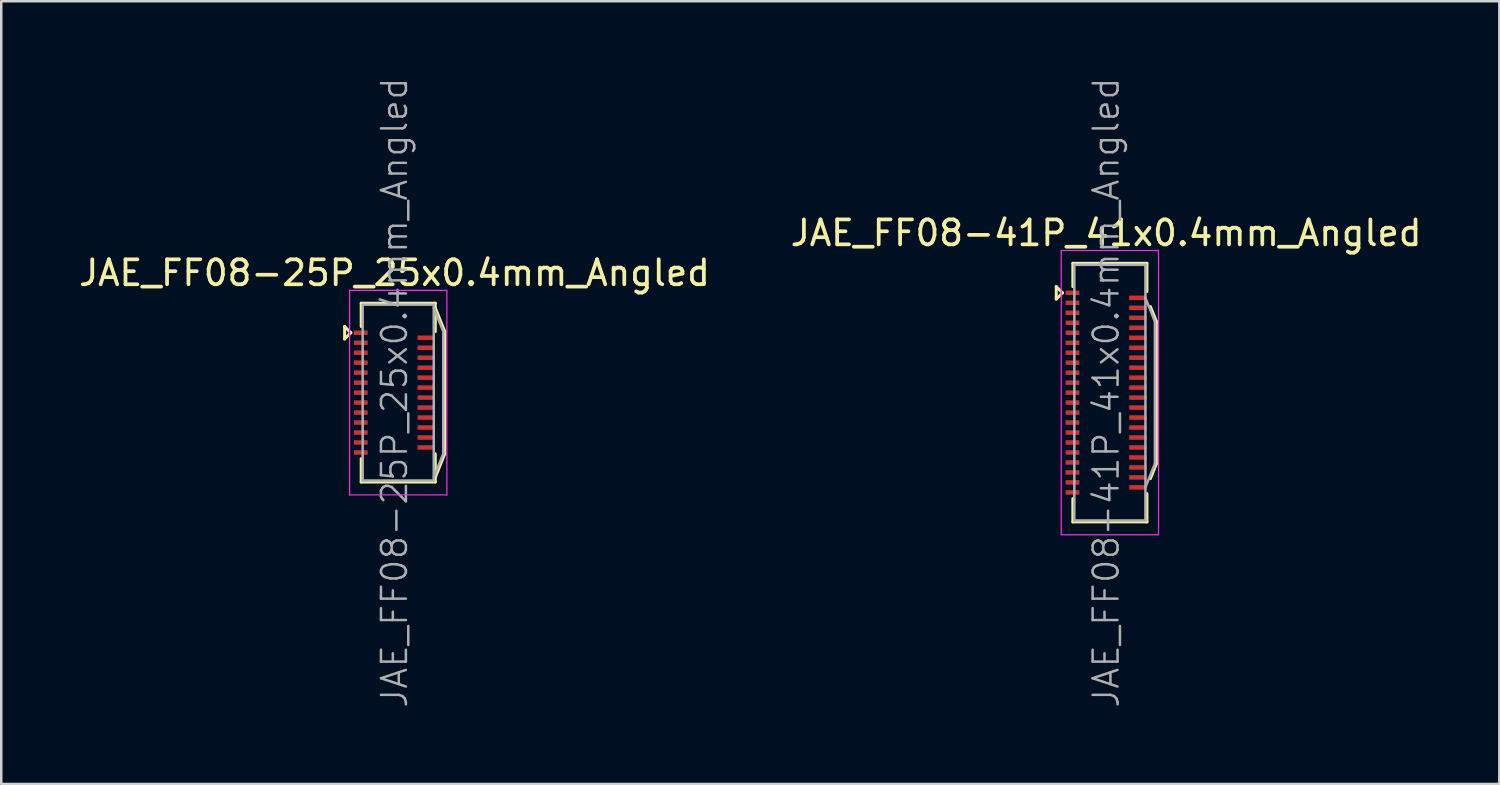
<source format=kicad_pcb>
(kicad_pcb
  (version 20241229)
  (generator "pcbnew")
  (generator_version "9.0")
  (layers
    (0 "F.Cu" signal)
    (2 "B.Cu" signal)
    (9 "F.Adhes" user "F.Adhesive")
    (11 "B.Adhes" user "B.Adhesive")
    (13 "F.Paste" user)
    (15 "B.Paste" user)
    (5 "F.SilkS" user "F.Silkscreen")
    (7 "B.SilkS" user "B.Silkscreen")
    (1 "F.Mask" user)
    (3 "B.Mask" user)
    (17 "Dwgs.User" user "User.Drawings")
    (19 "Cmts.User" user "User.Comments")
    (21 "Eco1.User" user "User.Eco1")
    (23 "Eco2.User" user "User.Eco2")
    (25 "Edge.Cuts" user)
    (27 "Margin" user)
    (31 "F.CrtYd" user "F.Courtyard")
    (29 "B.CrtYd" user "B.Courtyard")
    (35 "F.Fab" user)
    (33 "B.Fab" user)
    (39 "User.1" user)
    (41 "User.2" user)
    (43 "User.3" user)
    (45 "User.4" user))
  (footprint "JAE_FF08-41P_41x0.4mm_Angled"
    (layer "F.Cu")
    (at 41.304 12.693)
    (property "Reference" "JAE_FF08-41P_41x0.4mm_Angled" (at 0 -6.4 0) (layer "F.SilkS") (effects (font (size 1 1) (thickness 0.15))))
    (attr smd)
    (fp_line (start -2 -4.25) (end -1.75 -4) (stroke (width 0.12) (type solid)) (layer "F.SilkS"))
    (fp_line (start -2 -3.75) (end -2 -4.25) (stroke (width 0.12) (type solid)) (layer "F.SilkS"))
    (fp_line (start -1.75 -4) (end -2 -3.75) (stroke (width 0.12) (type solid)) (layer "F.SilkS"))
    (fp_line (start -1.335 -5.185) (end -1.335 -4.25) (stroke (width 0.12) (type solid)) (layer "F.SilkS"))
    (fp_line (start -1.335 -5.185) (end 1.635 -5.185) (stroke (width 0.12) (type solid)) (layer "F.SilkS"))
    (fp_line (start -1.335 5.185) (end -1.335 4.25) (stroke (width 0.12) (type solid)) (layer "F.SilkS"))
    (fp_line (start 1.635 -5.185) (end 1.635 -4.05) (stroke (width 0.12) (type solid)) (layer "F.SilkS"))
    (fp_line (start 1.635 4.05) (end 1.635 5.185) (stroke (width 0.12) (type solid)) (layer "F.SilkS"))
    (fp_line (start 1.635 5.185) (end -1.335 5.185) (stroke (width 0.12) (type solid)) (layer "F.SilkS"))
    (fp_line (start 1.775 -3.45) (end 2.015 -2.85) (stroke (width 0.12) (type solid)) (layer "F.SilkS"))
    (fp_line (start 1.775 3.45) (end 2.015 2.85) (stroke (width 0.12) (type solid)) (layer "F.SilkS"))
    (fp_line (start 2.015 -2.85) (end 2.015 2.85) (stroke (width 0.12) (type solid)) (layer "F.SilkS"))
    (fp_line (start -1.8 -5.7) (end 2.1 -5.7) (stroke (width 0.05) (type solid)) (layer "F.CrtYd"))
    (fp_line (start -1.8 5.7) (end -1.8 -5.7) (stroke (width 0.05) (type solid)) (layer "F.CrtYd"))
    (fp_line (start 2.1 -5.7) (end 2.1 5.7) (stroke (width 0.05) (type solid)) (layer "F.CrtYd"))
    (fp_line (start 2.1 5.7) (end -1.8 5.7) (stroke (width 0.05) (type solid)) (layer "F.CrtYd"))
    (fp_line (start -1.275 -5.125) (end 1.575 -5.125) (stroke (width 0.1) (type solid)) (layer "F.Fab"))
    (fp_line (start -1.275 5.125) (end -1.275 -5.125) (stroke (width 0.1) (type solid)) (layer "F.Fab"))
    (fp_line (start -1.275 5.125) (end 1.575 5.125) (stroke (width 0.1) (type solid)) (layer "F.Fab"))
    (fp_line (start 1.575 5.125) (end 1.575 -5.125) (stroke (width 0.1) (type solid)) (layer "F.Fab"))
    (fp_line (start 1.955 -2.85) (end 1.575 -3.8) (stroke (width 0.1) (type solid)) (layer "F.Fab"))
    (fp_line (start 1.955 2.85) (end 1.575 3.8) (stroke (width 0.1) (type solid)) (layer "F.Fab"))
    (fp_line (start 1.955 2.85) (end 1.955 -2.85) (stroke (width 0.1) (type solid)) (layer "F.Fab"))
    (fp_text user "${REFERENCE}" (at 0 0 90) (layer "F.Fab") (effects (font (size 1 1) (thickness 0.1))))
    (pad "1" smd rect (at -1.35 -4 90) (size 0.18 0.55) (layers "F.Cu" "F.Mask" "F.Paste"))
    (pad "2" smd rect (at 1.275 -3.8 90) (size 0.18 0.7) (layers "F.Cu" "F.Mask" "F.Paste"))
    (pad "3" smd rect (at -1.35 -3.6 90) (size 0.18 0.55) (layers "F.Cu" "F.Mask" "F.Paste"))
    (pad "4" smd rect (at 1.275 -3.4 90) (size 0.18 0.7) (layers "F.Cu" "F.Mask" "F.Paste"))
    (pad "5" smd rect (at -1.35 -3.2 90) (size 0.18 0.55) (layers "F.Cu" "F.Mask" "F.Paste"))
    (pad "6" smd rect (at 1.275 -3 90) (size 0.18 0.7) (layers "F.Cu" "F.Mask" "F.Paste"))
    (pad "7" smd rect (at -1.35 -2.8 90) (size 0.18 0.55) (layers "F.Cu" "F.Mask" "F.Paste"))
    (pad "8" smd rect (at 1.275 -2.6 90) (size 0.18 0.7) (layers "F.Cu" "F.Mask" "F.Paste"))
    (pad "9" smd rect (at -1.35 -2.4 90) (size 0.18 0.55) (layers "F.Cu" "F.Mask" "F.Paste"))
    (pad "10" smd rect (at 1.275 -2.2 90) (size 0.18 0.7) (layers "F.Cu" "F.Mask" "F.Paste"))
    (pad "11" smd rect (at -1.35 -2 90) (size 0.18 0.55) (layers "F.Cu" "F.Mask" "F.Paste"))
    (pad "12" smd rect (at 1.275 -1.8 90) (size 0.18 0.7) (layers "F.Cu" "F.Mask" "F.Paste"))
    (pad "13" smd rect (at -1.35 -1.6 90) (size 0.18 0.55) (layers "F.Cu" "F.Mask" "F.Paste"))
    (pad "14" smd rect (at 1.275 -1.4 90) (size 0.18 0.7) (layers "F.Cu" "F.Mask" "F.Paste"))
    (pad "15" smd rect (at -1.35 -1.2 90) (size 0.18 0.55) (layers "F.Cu" "F.Mask" "F.Paste"))
    (pad "16" smd rect (at 1.275 -1 90) (size 0.18 0.7) (layers "F.Cu" "F.Mask" "F.Paste"))
    (pad "17" smd rect (at -1.35 -0.8 90) (size 0.18 0.55) (layers "F.Cu" "F.Mask" "F.Paste"))
    (pad "18" smd rect (at 1.275 -0.6 90) (size 0.18 0.7) (layers "F.Cu" "F.Mask" "F.Paste"))
    (pad "19" smd rect (at -1.35 -0.4 90) (size 0.18 0.55) (layers "F.Cu" "F.Mask" "F.Paste"))
    (pad "20" smd rect (at 1.275 -0.2 90) (size 0.18 0.7) (layers "F.Cu" "F.Mask" "F.Paste"))
    (pad "21" smd rect (at -1.35 0 90) (size 0.18 0.55) (layers "F.Cu" "F.Mask" "F.Paste"))
    (pad "22" smd rect (at 1.275 0.2 90) (size 0.18 0.7) (layers "F.Cu" "F.Mask" "F.Paste"))
    (pad "23" smd rect (at -1.35 0.4 90) (size 0.18 0.55) (layers "F.Cu" "F.Mask" "F.Paste"))
    (pad "24" smd rect (at 1.275 0.6 90) (size 0.18 0.7) (layers "F.Cu" "F.Mask" "F.Paste"))
    (pad "25" smd rect (at -1.35 0.8 90) (size 0.18 0.55) (layers "F.Cu" "F.Mask" "F.Paste"))
    (pad "26" smd rect (at 1.275 1 90) (size 0.18 0.7) (layers "F.Cu" "F.Mask" "F.Paste"))
    (pad "27" smd rect (at -1.35 1.2 90) (size 0.18 0.55) (layers "F.Cu" "F.Mask" "F.Paste"))
    (pad "28" smd rect (at 1.275 1.4 90) (size 0.18 0.7) (layers "F.Cu" "F.Mask" "F.Paste"))
    (pad "29" smd rect (at -1.35 1.6 90) (size 0.18 0.55) (layers "F.Cu" "F.Mask" "F.Paste"))
    (pad "30" smd rect (at 1.275 1.8 90) (size 0.18 0.7) (layers "F.Cu" "F.Mask" "F.Paste"))
    (pad "31" smd rect (at -1.35 2 90) (size 0.18 0.55) (layers "F.Cu" "F.Mask" "F.Paste"))
    (pad "32" smd rect (at 1.275 2.2 90) (size 0.18 0.7) (layers "F.Cu" "F.Mask" "F.Paste"))
    (pad "33" smd rect (at -1.35 2.4 90) (size 0.18 0.55) (layers "F.Cu" "F.Mask" "F.Paste"))
    (pad "34" smd rect (at 1.275 2.6 90) (size 0.18 0.7) (layers "F.Cu" "F.Mask" "F.Paste"))
    (pad "35" smd rect (at -1.35 2.8 90) (size 0.18 0.55) (layers "F.Cu" "F.Mask" "F.Paste"))
    (pad "36" smd rect (at 1.275 3 90) (size 0.18 0.7) (layers "F.Cu" "F.Mask" "F.Paste"))
    (pad "37" smd rect (at -1.35 3.2 90) (size 0.18 0.55) (layers "F.Cu" "F.Mask" "F.Paste"))
    (pad "38" smd rect (at 1.275 3.4 90) (size 0.18 0.7) (layers "F.Cu" "F.Mask" "F.Paste"))
    (pad "39" smd rect (at -1.35 3.6 90) (size 0.18 0.55) (layers "F.Cu" "F.Mask" "F.Paste"))
    (pad "40" smd rect (at 1.275 3.8 90) (size 0.18 0.7) (layers "F.Cu" "F.Mask" "F.Paste"))
    (pad "41" smd rect (at -1.35 4 90) (size 0.18 0.55) (layers "F.Cu" "F.Mask" "F.Paste")))
  (footprint "JAE_FF08-25P_25x0.4mm_Angled"
    (layer "F.Cu")
    (at 12.768 12.693)
    (property "Reference" "JAE_FF08-25P_25x0.4mm_Angled" (at 0 -4.8 0) (layer "F.SilkS") (effects (font (size 1 1) (thickness 0.15))))
    (attr smd)
    (fp_line (start -2 -2.65) (end -1.75 -2.4) (stroke (width 0.12) (type solid)) (layer "F.SilkS"))
    (fp_line (start -2 -2.15) (end -2 -2.65) (stroke (width 0.12) (type solid)) (layer "F.SilkS"))
    (fp_line (start -1.75 -2.4) (end -2 -2.15) (stroke (width 0.12) (type solid)) (layer "F.SilkS"))
    (fp_line (start -1.335 -3.585) (end -1.335 -2.65) (stroke (width 0.12) (type solid)) (layer "F.SilkS"))
    (fp_line (start -1.335 -3.585) (end 1.635 -3.585) (stroke (width 0.12) (type solid)) (layer "F.SilkS"))
    (fp_line (start -1.335 3.585) (end -1.335 2.65) (stroke (width 0.12) (type solid)) (layer "F.SilkS"))
    (fp_line (start 1.635 -3.585) (end 1.635 -2.45) (stroke (width 0.12) (type solid)) (layer "F.SilkS"))
    (fp_line (start 1.635 -3.4) (end 2.015 -2.45) (stroke (width 0.12) (type solid)) (layer "F.SilkS"))
    (fp_line (start 1.635 2.45) (end 1.635 3.585) (stroke (width 0.12) (type solid)) (layer "F.SilkS"))
    (fp_line (start 1.635 3.4) (end 2.015 2.45) (stroke (width 0.12) (type solid)) (layer "F.SilkS"))
    (fp_line (start 1.635 3.585) (end -1.335 3.585) (stroke (width 0.12) (type solid)) (layer "F.SilkS"))
    (fp_line (start 2.015 -2.45) (end 2.015 2.45) (stroke (width 0.12) (type solid)) (layer "F.SilkS"))
    (fp_line (start -1.8 -4.1) (end 2.1 -4.1) (stroke (width 0.05) (type solid)) (layer "F.CrtYd"))
    (fp_line (start -1.8 4.1) (end -1.8 -4.1) (stroke (width 0.05) (type solid)) (layer "F.CrtYd"))
    (fp_line (start 2.1 -4.1) (end 2.1 4.1) (stroke (width 0.05) (type solid)) (layer "F.CrtYd"))
    (fp_line (start 2.1 4.1) (end -1.8 4.1) (stroke (width 0.05) (type solid)) (layer "F.CrtYd"))
    (fp_line (start -1.275 -3.525) (end 1.575 -3.525) (stroke (width 0.1) (type solid)) (layer "F.Fab"))
    (fp_line (start -1.275 3.525) (end -1.275 -3.525) (stroke (width 0.1) (type solid)) (layer "F.Fab"))
    (fp_line (start -1.275 3.525) (end 1.575 3.525) (stroke (width 0.1) (type solid)) (layer "F.Fab"))
    (fp_line (start 1.575 3.525) (end 1.575 -3.525) (stroke (width 0.1) (type solid)) (layer "F.Fab"))
    (fp_line (start 1.955 -2.45) (end 1.575 -3.4) (stroke (width 0.1) (type solid)) (layer "F.Fab"))
    (fp_line (start 1.955 2.45) (end 1.575 3.4) (stroke (width 0.1) (type solid)) (layer "F.Fab"))
    (fp_line (start 1.955 2.45) (end 1.955 -2.45) (stroke (width 0.1) (type solid)) (layer "F.Fab"))
    (fp_text user "${REFERENCE}" (at 0 0 90) (layer "F.Fab") (effects (font (size 1 1) (thickness 0.1))))
    (pad "1" smd rect (at -1.35 -2.4 90) (size 0.18 0.55) (layers "F.Cu" "F.Mask" "F.Paste"))
    (pad "2" smd rect (at 1.275 -2.2 90) (size 0.18 0.7) (layers "F.Cu" "F.Mask" "F.Paste"))
    (pad "3" smd rect (at -1.35 -2 90) (size 0.18 0.55) (layers "F.Cu" "F.Mask" "F.Paste"))
    (pad "4" smd rect (at 1.275 -1.8 90) (size 0.18 0.7) (layers "F.Cu" "F.Mask" "F.Paste"))
    (pad "5" smd rect (at -1.35 -1.6 90) (size 0.18 0.55) (layers "F.Cu" "F.Mask" "F.Paste"))
    (pad "6" smd rect (at 1.275 -1.4 90) (size 0.18 0.7) (layers "F.Cu" "F.Mask" "F.Paste"))
    (pad "7" smd rect (at -1.35 -1.2 90) (size 0.18 0.55) (layers "F.Cu" "F.Mask" "F.Paste"))
    (pad "8" smd rect (at 1.275 -1 90) (size 0.18 0.7) (layers "F.Cu" "F.Mask" "F.Paste"))
    (pad "9" smd rect (at -1.35 -0.8 90) (size 0.18 0.55) (layers "F.Cu" "F.Mask" "F.Paste"))
    (pad "10" smd rect (at 1.275 -0.6 90) (size 0.18 0.7) (layers "F.Cu" "F.Mask" "F.Paste"))
    (pad "11" smd rect (at -1.35 -0.4 90) (size 0.18 0.55) (layers "F.Cu" "F.Mask" "F.Paste"))
    (pad "12" smd rect (at 1.275 -0.2 90) (size 0.18 0.7) (layers "F.Cu" "F.Mask" "F.Paste"))
    (pad "13" smd rect (at -1.35 0 90) (size 0.18 0.55) (layers "F.Cu" "F.Mask" "F.Paste"))
    (pad "14" smd rect (at 1.275 0.2 90) (size 0.18 0.7) (layers "F.Cu" "F.Mask" "F.Paste"))
    (pad "15" smd rect (at -1.35 0.4 90) (size 0.18 0.55) (layers "F.Cu" "F.Mask" "F.Paste"))
    (pad "16" smd rect (at 1.275 0.6 90) (size 0.18 0.7) (layers "F.Cu" "F.Mask" "F.Paste"))
    (pad "17" smd rect (at -1.35 0.8 90) (size 0.18 0.55) (layers "F.Cu" "F.Mask" "F.Paste"))
    (pad "18" smd rect (at 1.275 1 90) (size 0.18 0.7) (layers "F.Cu" "F.Mask" "F.Paste"))
    (pad "19" smd rect (at -1.35 1.2 90) (size 0.18 0.55) (layers "F.Cu" "F.Mask" "F.Paste"))
    (pad "20" smd rect (at 1.275 1.4 90) (size 0.18 0.7) (layers "F.Cu" "F.Mask" "F.Paste"))
    (pad "21" smd rect (at -1.35 1.6 90) (size 0.18 0.55) (layers "F.Cu" "F.Mask" "F.Paste"))
    (pad "22" smd rect (at 1.275 1.8 90) (size 0.18 0.7) (layers "F.Cu" "F.Mask" "F.Paste"))
    (pad "23" smd rect (at -1.35 2 90) (size 0.18 0.55) (layers "F.Cu" "F.Mask" "F.Paste"))
    (pad "24" smd rect (at 1.275 2.2 90) (size 0.18 0.7) (layers "F.Cu" "F.Mask" "F.Paste"))
    (pad "25" smd rect (at -1.35 2.4 90) (size 0.18 0.55) (layers "F.Cu" "F.Mask" "F.Paste")))
  (gr_rect
    (start -3 -3)
    (end 57.071 28.386)
    (stroke (width 0.1) (type default))
    (fill no)
    (layer "Edge.Cuts")))
</source>
